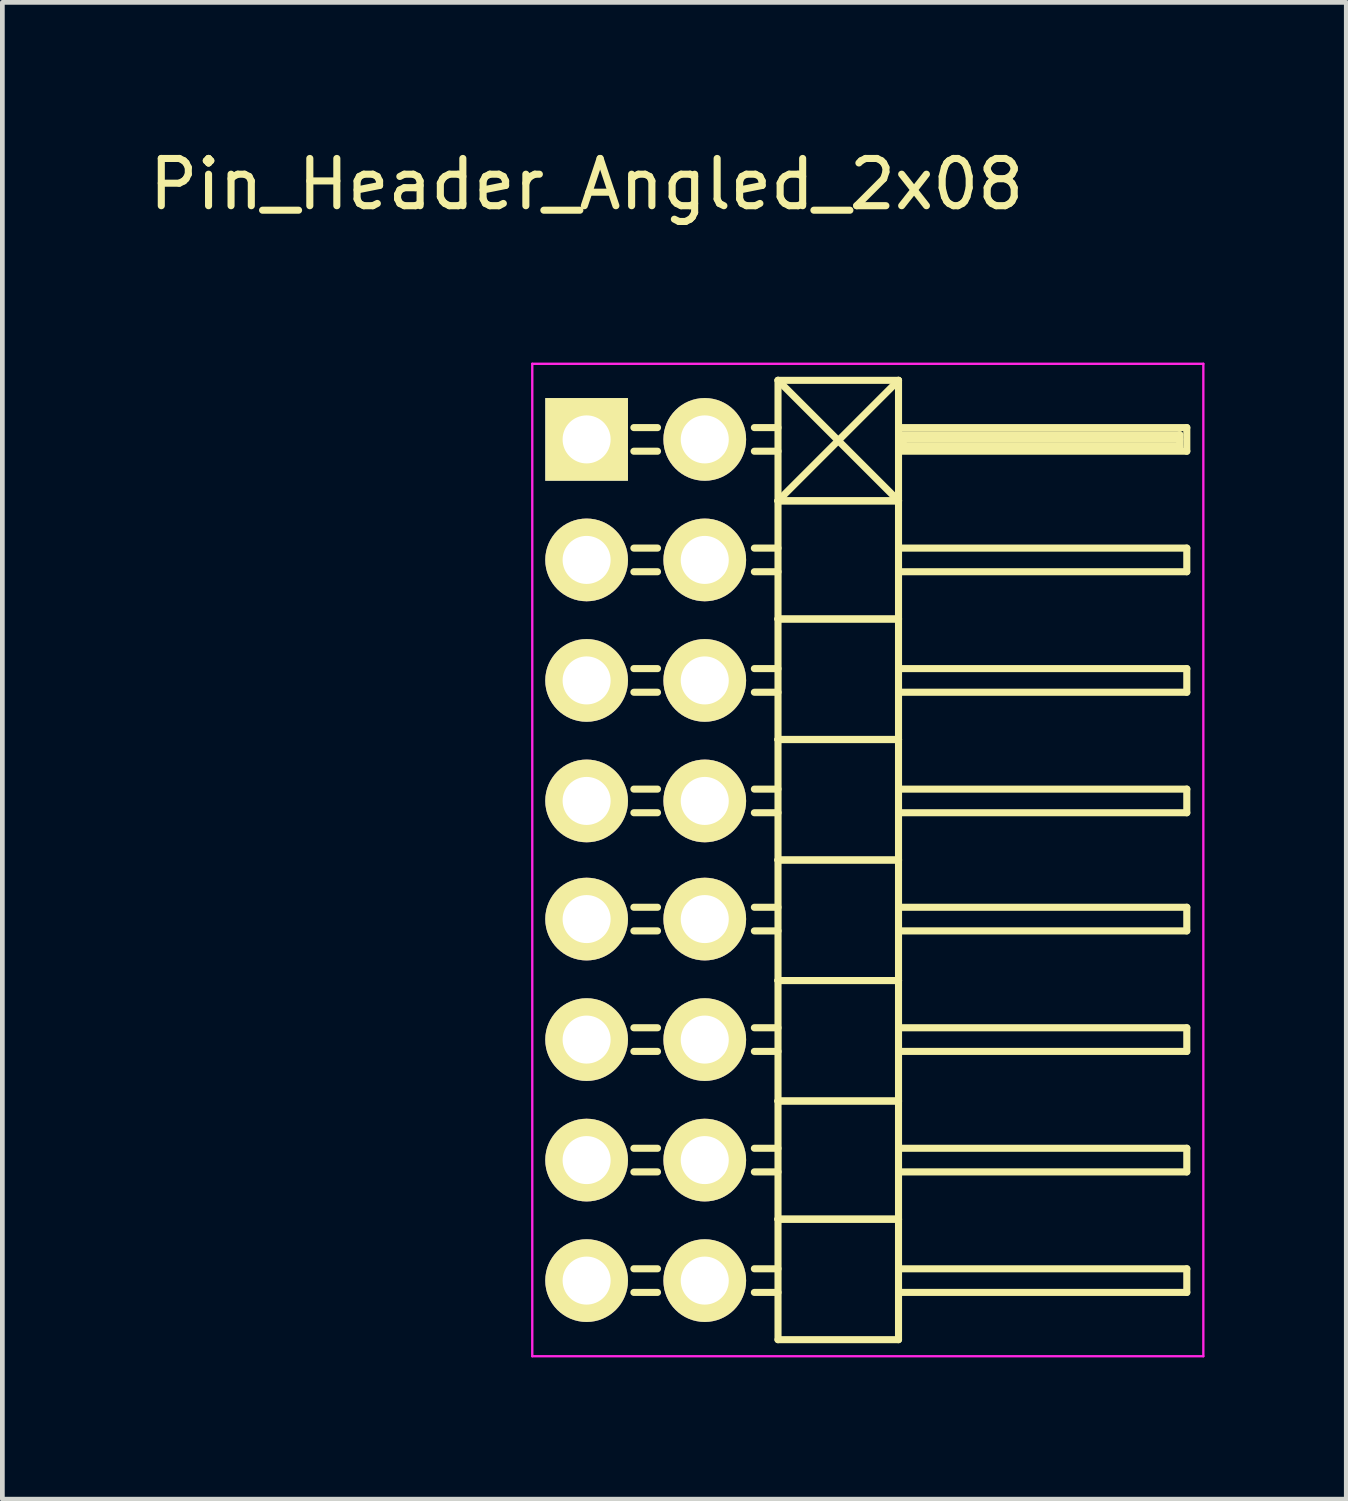
<source format=kicad_pcb>
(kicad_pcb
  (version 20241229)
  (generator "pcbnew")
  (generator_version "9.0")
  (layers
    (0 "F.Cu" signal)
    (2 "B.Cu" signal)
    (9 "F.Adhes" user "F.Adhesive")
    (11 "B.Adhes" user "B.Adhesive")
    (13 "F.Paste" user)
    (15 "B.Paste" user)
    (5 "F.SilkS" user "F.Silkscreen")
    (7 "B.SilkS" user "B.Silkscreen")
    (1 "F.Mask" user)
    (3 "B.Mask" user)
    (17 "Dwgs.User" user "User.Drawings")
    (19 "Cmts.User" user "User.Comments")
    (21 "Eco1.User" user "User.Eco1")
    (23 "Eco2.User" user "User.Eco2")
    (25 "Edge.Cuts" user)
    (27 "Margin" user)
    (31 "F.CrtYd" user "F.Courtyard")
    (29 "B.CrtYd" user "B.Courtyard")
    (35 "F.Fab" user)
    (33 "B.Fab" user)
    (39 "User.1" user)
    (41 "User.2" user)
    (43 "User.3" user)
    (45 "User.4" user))
  (footprint "Pin_Header_Angled_2x08"
    (layer "F.Cu")
    (at 9.363 6.248)
    (property "Reference" "Pin_Header_Angled_2x08" (at 0 -5.4 0) (layer "F.SilkS") (effects (font (size 1 1) (thickness 0.15))))
    (attr through_hole)
    (fp_line (start 1.5 -0.25) (end 1 -0.25) (stroke (width 0.15) (type solid)) (layer "F.SilkS"))
    (fp_line (start 1.5 0.25) (end 1 0.25) (stroke (width 0.15) (type solid)) (layer "F.SilkS"))
    (fp_line (start 1.5 2.3) (end 1 2.3) (stroke (width 0.15) (type solid)) (layer "F.SilkS"))
    (fp_line (start 1.5 2.8) (end 1 2.8) (stroke (width 0.15) (type solid)) (layer "F.SilkS"))
    (fp_line (start 1.5 4.85) (end 1 4.85) (stroke (width 0.15) (type solid)) (layer "F.SilkS"))
    (fp_line (start 1.5 5.35) (end 1 5.35) (stroke (width 0.15) (type solid)) (layer "F.SilkS"))
    (fp_line (start 1.5 7.4) (end 1 7.4) (stroke (width 0.15) (type solid)) (layer "F.SilkS"))
    (fp_line (start 1.5 7.9) (end 1 7.9) (stroke (width 0.15) (type solid)) (layer "F.SilkS"))
    (fp_line (start 1.5 9.9) (end 1 9.9) (stroke (width 0.15) (type solid)) (layer "F.SilkS"))
    (fp_line (start 1.5 10.4) (end 1 10.4) (stroke (width 0.15) (type solid)) (layer "F.SilkS"))
    (fp_line (start 1.5 12.45) (end 1 12.45) (stroke (width 0.15) (type solid)) (layer "F.SilkS"))
    (fp_line (start 1.5 12.95) (end 1 12.95) (stroke (width 0.15) (type solid)) (layer "F.SilkS"))
    (fp_line (start 1.5 15) (end 1 15) (stroke (width 0.15) (type solid)) (layer "F.SilkS"))
    (fp_line (start 1.5 15.5) (end 1 15.5) (stroke (width 0.15) (type solid)) (layer "F.SilkS"))
    (fp_line (start 1.5 17.55) (end 1 17.55) (stroke (width 0.15) (type solid)) (layer "F.SilkS"))
    (fp_line (start 1.5 18.05) (end 1 18.05) (stroke (width 0.15) (type solid)) (layer "F.SilkS"))
    (fp_line (start 4.05 -1.25) (end 4.05 1.3) (stroke (width 0.15) (type solid)) (layer "F.SilkS"))
    (fp_line (start 4.05 -1.25) (end 6.6 -1.25) (stroke (width 0.15) (type solid)) (layer "F.SilkS"))
    (fp_line (start 4.05 -1.25) (end 6.6 1.3) (stroke (width 0.15) (type solid)) (layer "F.SilkS"))
    (fp_line (start 4.05 -0.25) (end 3.55 -0.25) (stroke (width 0.15) (type solid)) (layer "F.SilkS"))
    (fp_line (start 4.05 0.25) (end 3.55 0.25) (stroke (width 0.15) (type solid)) (layer "F.SilkS"))
    (fp_line (start 4.05 1.3) (end 4.05 3.8) (stroke (width 0.15) (type solid)) (layer "F.SilkS"))
    (fp_line (start 4.05 1.3) (end 6.6 1.3) (stroke (width 0.15) (type solid)) (layer "F.SilkS"))
    (fp_line (start 4.05 1.3) (end 6.6 1.3) (stroke (width 0.15) (type solid)) (layer "F.SilkS"))
    (fp_line (start 4.05 2.3) (end 3.55 2.3) (stroke (width 0.15) (type solid)) (layer "F.SilkS"))
    (fp_line (start 4.05 2.8) (end 3.55 2.8) (stroke (width 0.15) (type solid)) (layer "F.SilkS"))
    (fp_line (start 4.05 3.8) (end 4.05 6.35) (stroke (width 0.15) (type solid)) (layer "F.SilkS"))
    (fp_line (start 4.05 3.8) (end 6.6 3.8) (stroke (width 0.15) (type solid)) (layer "F.SilkS"))
    (fp_line (start 4.05 3.8) (end 6.6 3.8) (stroke (width 0.15) (type solid)) (layer "F.SilkS"))
    (fp_line (start 4.05 4.85) (end 3.55 4.85) (stroke (width 0.15) (type solid)) (layer "F.SilkS"))
    (fp_line (start 4.05 5.35) (end 3.55 5.35) (stroke (width 0.15) (type solid)) (layer "F.SilkS"))
    (fp_line (start 4.05 6.35) (end 4.05 8.9) (stroke (width 0.15) (type solid)) (layer "F.SilkS"))
    (fp_line (start 4.05 6.35) (end 6.6 6.35) (stroke (width 0.15) (type solid)) (layer "F.SilkS"))
    (fp_line (start 4.05 6.35) (end 6.6 6.35) (stroke (width 0.15) (type solid)) (layer "F.SilkS"))
    (fp_line (start 4.05 7.4) (end 3.55 7.4) (stroke (width 0.15) (type solid)) (layer "F.SilkS"))
    (fp_line (start 4.05 7.9) (end 3.55 7.9) (stroke (width 0.15) (type solid)) (layer "F.SilkS"))
    (fp_line (start 4.05 8.9) (end 4.05 11.45) (stroke (width 0.15) (type solid)) (layer "F.SilkS"))
    (fp_line (start 4.05 8.9) (end 6.6 8.9) (stroke (width 0.15) (type solid)) (layer "F.SilkS"))
    (fp_line (start 4.05 8.9) (end 6.6 8.9) (stroke (width 0.15) (type solid)) (layer "F.SilkS"))
    (fp_line (start 4.05 9.9) (end 3.55 9.9) (stroke (width 0.15) (type solid)) (layer "F.SilkS"))
    (fp_line (start 4.05 10.4) (end 3.55 10.4) (stroke (width 0.15) (type solid)) (layer "F.SilkS"))
    (fp_line (start 4.05 11.45) (end 4.05 14) (stroke (width 0.15) (type solid)) (layer "F.SilkS"))
    (fp_line (start 4.05 11.45) (end 6.6 11.45) (stroke (width 0.15) (type solid)) (layer "F.SilkS"))
    (fp_line (start 4.05 11.45) (end 6.6 11.45) (stroke (width 0.15) (type solid)) (layer "F.SilkS"))
    (fp_line (start 4.05 12.45) (end 3.55 12.45) (stroke (width 0.15) (type solid)) (layer "F.SilkS"))
    (fp_line (start 4.05 12.95) (end 3.55 12.95) (stroke (width 0.15) (type solid)) (layer "F.SilkS"))
    (fp_line (start 4.05 14) (end 4.05 16.5) (stroke (width 0.15) (type solid)) (layer "F.SilkS"))
    (fp_line (start 4.05 14) (end 6.6 14) (stroke (width 0.15) (type solid)) (layer "F.SilkS"))
    (fp_line (start 4.05 14) (end 6.6 14) (stroke (width 0.15) (type solid)) (layer "F.SilkS"))
    (fp_line (start 4.05 15) (end 3.55 15) (stroke (width 0.15) (type solid)) (layer "F.SilkS"))
    (fp_line (start 4.05 15.5) (end 3.55 15.5) (stroke (width 0.15) (type solid)) (layer "F.SilkS"))
    (fp_line (start 4.05 16.5) (end 4.05 19.05) (stroke (width 0.15) (type solid)) (layer "F.SilkS"))
    (fp_line (start 4.05 16.5) (end 6.6 16.5) (stroke (width 0.15) (type solid)) (layer "F.SilkS"))
    (fp_line (start 4.05 16.5) (end 6.6 16.5) (stroke (width 0.15) (type solid)) (layer "F.SilkS"))
    (fp_line (start 4.05 17.55) (end 3.55 17.55) (stroke (width 0.15) (type solid)) (layer "F.SilkS"))
    (fp_line (start 4.05 18.05) (end 3.55 18.05) (stroke (width 0.15) (type solid)) (layer "F.SilkS"))
    (fp_line (start 4.05 19.05) (end 6.6 19.05) (stroke (width 0.15) (type solid)) (layer "F.SilkS"))
    (fp_line (start 6.6 -1.25) (end 4.05 1.3) (stroke (width 0.15) (type solid)) (layer "F.SilkS"))
    (fp_line (start 6.6 -0.25) (end 12.7 -0.25) (stroke (width 0.15) (type solid)) (layer "F.SilkS"))
    (fp_line (start 6.6 -0.1) (end 12.55 -0.1) (stroke (width 0.15) (type solid)) (layer "F.SilkS"))
    (fp_line (start 6.6 1.3) (end 6.6 -1.25) (stroke (width 0.15) (type solid)) (layer "F.SilkS"))
    (fp_line (start 6.6 2.3) (end 12.7 2.3) (stroke (width 0.15) (type solid)) (layer "F.SilkS"))
    (fp_line (start 6.6 3.8) (end 6.6 1.3) (stroke (width 0.15) (type solid)) (layer "F.SilkS"))
    (fp_line (start 6.6 4.85) (end 12.7 4.85) (stroke (width 0.15) (type solid)) (layer "F.SilkS"))
    (fp_line (start 6.6 6.35) (end 6.6 3.8) (stroke (width 0.15) (type solid)) (layer "F.SilkS"))
    (fp_line (start 6.6 7.4) (end 12.7 7.4) (stroke (width 0.15) (type solid)) (layer "F.SilkS"))
    (fp_line (start 6.6 8.9) (end 6.6 6.35) (stroke (width 0.15) (type solid)) (layer "F.SilkS"))
    (fp_line (start 6.6 9.9) (end 12.7 9.9) (stroke (width 0.15) (type solid)) (layer "F.SilkS"))
    (fp_line (start 6.6 11.45) (end 6.6 8.9) (stroke (width 0.15) (type solid)) (layer "F.SilkS"))
    (fp_line (start 6.6 12.45) (end 12.7 12.45) (stroke (width 0.15) (type solid)) (layer "F.SilkS"))
    (fp_line (start 6.6 14) (end 6.6 11.45) (stroke (width 0.15) (type solid)) (layer "F.SilkS"))
    (fp_line (start 6.6 15) (end 12.7 15) (stroke (width 0.15) (type solid)) (layer "F.SilkS"))
    (fp_line (start 6.6 16.5) (end 6.6 14) (stroke (width 0.15) (type solid)) (layer "F.SilkS"))
    (fp_line (start 6.6 17.55) (end 12.7 17.55) (stroke (width 0.15) (type solid)) (layer "F.SilkS"))
    (fp_line (start 6.6 19.05) (end 6.6 16.5) (stroke (width 0.15) (type solid)) (layer "F.SilkS"))
    (fp_line (start 6.7 0) (end 12.55 0) (stroke (width 0.15) (type solid)) (layer "F.SilkS"))
    (fp_line (start 6.7 0.15) (end 6.7 0) (stroke (width 0.15) (type solid)) (layer "F.SilkS"))
    (fp_line (start 12.55 -0.1) (end 12.55 0.15) (stroke (width 0.15) (type solid)) (layer "F.SilkS"))
    (fp_line (start 12.55 0.15) (end 6.7 0.15) (stroke (width 0.15) (type solid)) (layer "F.SilkS"))
    (fp_line (start 12.7 -0.25) (end 12.7 0.25) (stroke (width 0.15) (type solid)) (layer "F.SilkS"))
    (fp_line (start 12.7 0.25) (end 6.6 0.25) (stroke (width 0.15) (type solid)) (layer "F.SilkS"))
    (fp_line (start 12.7 2.3) (end 12.7 2.8) (stroke (width 0.15) (type solid)) (layer "F.SilkS"))
    (fp_line (start 12.7 2.8) (end 6.6 2.8) (stroke (width 0.15) (type solid)) (layer "F.SilkS"))
    (fp_line (start 12.7 4.85) (end 12.7 5.35) (stroke (width 0.15) (type solid)) (layer "F.SilkS"))
    (fp_line (start 12.7 5.35) (end 6.6 5.35) (stroke (width 0.15) (type solid)) (layer "F.SilkS"))
    (fp_line (start 12.7 7.4) (end 12.7 7.9) (stroke (width 0.15) (type solid)) (layer "F.SilkS"))
    (fp_line (start 12.7 7.9) (end 6.6 7.9) (stroke (width 0.15) (type solid)) (layer "F.SilkS"))
    (fp_line (start 12.7 9.9) (end 12.7 10.4) (stroke (width 0.15) (type solid)) (layer "F.SilkS"))
    (fp_line (start 12.7 10.4) (end 6.6 10.4) (stroke (width 0.15) (type solid)) (layer "F.SilkS"))
    (fp_line (start 12.7 12.45) (end 12.7 12.95) (stroke (width 0.15) (type solid)) (layer "F.SilkS"))
    (fp_line (start 12.7 12.95) (end 6.6 12.95) (stroke (width 0.15) (type solid)) (layer "F.SilkS"))
    (fp_line (start 12.7 15) (end 12.7 15.5) (stroke (width 0.15) (type solid)) (layer "F.SilkS"))
    (fp_line (start 12.7 15.5) (end 6.6 15.5) (stroke (width 0.15) (type solid)) (layer "F.SilkS"))
    (fp_line (start 12.7 17.55) (end 12.7 18.05) (stroke (width 0.15) (type solid)) (layer "F.SilkS"))
    (fp_line (start 12.7 18.05) (end 6.6 18.05) (stroke (width 0.15) (type solid)) (layer "F.SilkS"))
    (fp_line (start -1.15 -1.6) (end -1.15 19.4) (stroke (width 0.05) (type solid)) (layer "F.CrtYd"))
    (fp_line (start -1.15 -1.6) (end 13.05 -1.6) (stroke (width 0.05) (type solid)) (layer "F.CrtYd"))
    (fp_line (start -1.15 19.4) (end 13.05 19.4) (stroke (width 0.05) (type solid)) (layer "F.CrtYd"))
    (fp_line (start 13.05 -1.6) (end 13.05 19.4) (stroke (width 0.05) (type solid)) (layer "F.CrtYd"))
    (pad "1" thru_hole rect (at 0 0) (size 1.75 1.75) (drill 1.016) (layers "*.Cu" "*.Mask" "F.SilkS"))
    (pad "2" thru_hole oval (at 2.5 0) (size 1.75 1.75) (drill 1.016) (layers "*.Cu" "*.Mask" "F.SilkS"))
    (pad "3" thru_hole oval (at 0 2.55) (size 1.75 1.75) (drill 1.016) (layers "*.Cu" "*.Mask" "F.SilkS"))
    (pad "4" thru_hole oval (at 2.5 2.55) (size 1.75 1.75) (drill 1.016) (layers "*.Cu" "*.Mask" "F.SilkS"))
    (pad "5" thru_hole oval (at 0 5.1) (size 1.75 1.75) (drill 1.016) (layers "*.Cu" "*.Mask" "F.SilkS"))
    (pad "6" thru_hole oval (at 2.5 5.1) (size 1.75 1.75) (drill 1.016) (layers "*.Cu" "*.Mask" "F.SilkS"))
    (pad "7" thru_hole oval (at 0 7.65) (size 1.75 1.75) (drill 1.016) (layers "*.Cu" "*.Mask" "F.SilkS"))
    (pad "8" thru_hole oval (at 2.5 7.65) (size 1.75 1.75) (drill 1.016) (layers "*.Cu" "*.Mask" "F.SilkS"))
    (pad "9" thru_hole oval (at 0 10.15) (size 1.75 1.75) (drill 1.016) (layers "*.Cu" "*.Mask" "F.SilkS"))
    (pad "10" thru_hole oval (at 2.5 10.15) (size 1.75 1.75) (drill 1.016) (layers "*.Cu" "*.Mask" "F.SilkS"))
    (pad "11" thru_hole oval (at 0 12.7) (size 1.75 1.75) (drill 1.016) (layers "*.Cu" "*.Mask" "F.SilkS"))
    (pad "12" thru_hole oval (at 2.5 12.7) (size 1.75 1.75) (drill 1.016) (layers "*.Cu" "*.Mask" "F.SilkS"))
    (pad "13" thru_hole oval (at 0 15.25) (size 1.75 1.75) (drill 1.016) (layers "*.Cu" "*.Mask" "F.SilkS"))
    (pad "14" thru_hole oval (at 2.5 15.25) (size 1.75 1.75) (drill 1.016) (layers "*.Cu" "*.Mask" "F.SilkS"))
    (pad "15" thru_hole oval (at 0 17.8) (size 1.75 1.75) (drill 1.016) (layers "*.Cu" "*.Mask" "F.SilkS"))
    (pad "16" thru_hole oval (at 2.5 17.8) (size 1.75 1.75) (drill 1.016) (layers "*.Cu" "*.Mask" "F.SilkS")))
  (gr_rect
    (start -3 -3)
    (end 25.438 28.673)
    (stroke (width 0.1) (type default))
    (fill no)
    (layer "Edge.Cuts")))
</source>
